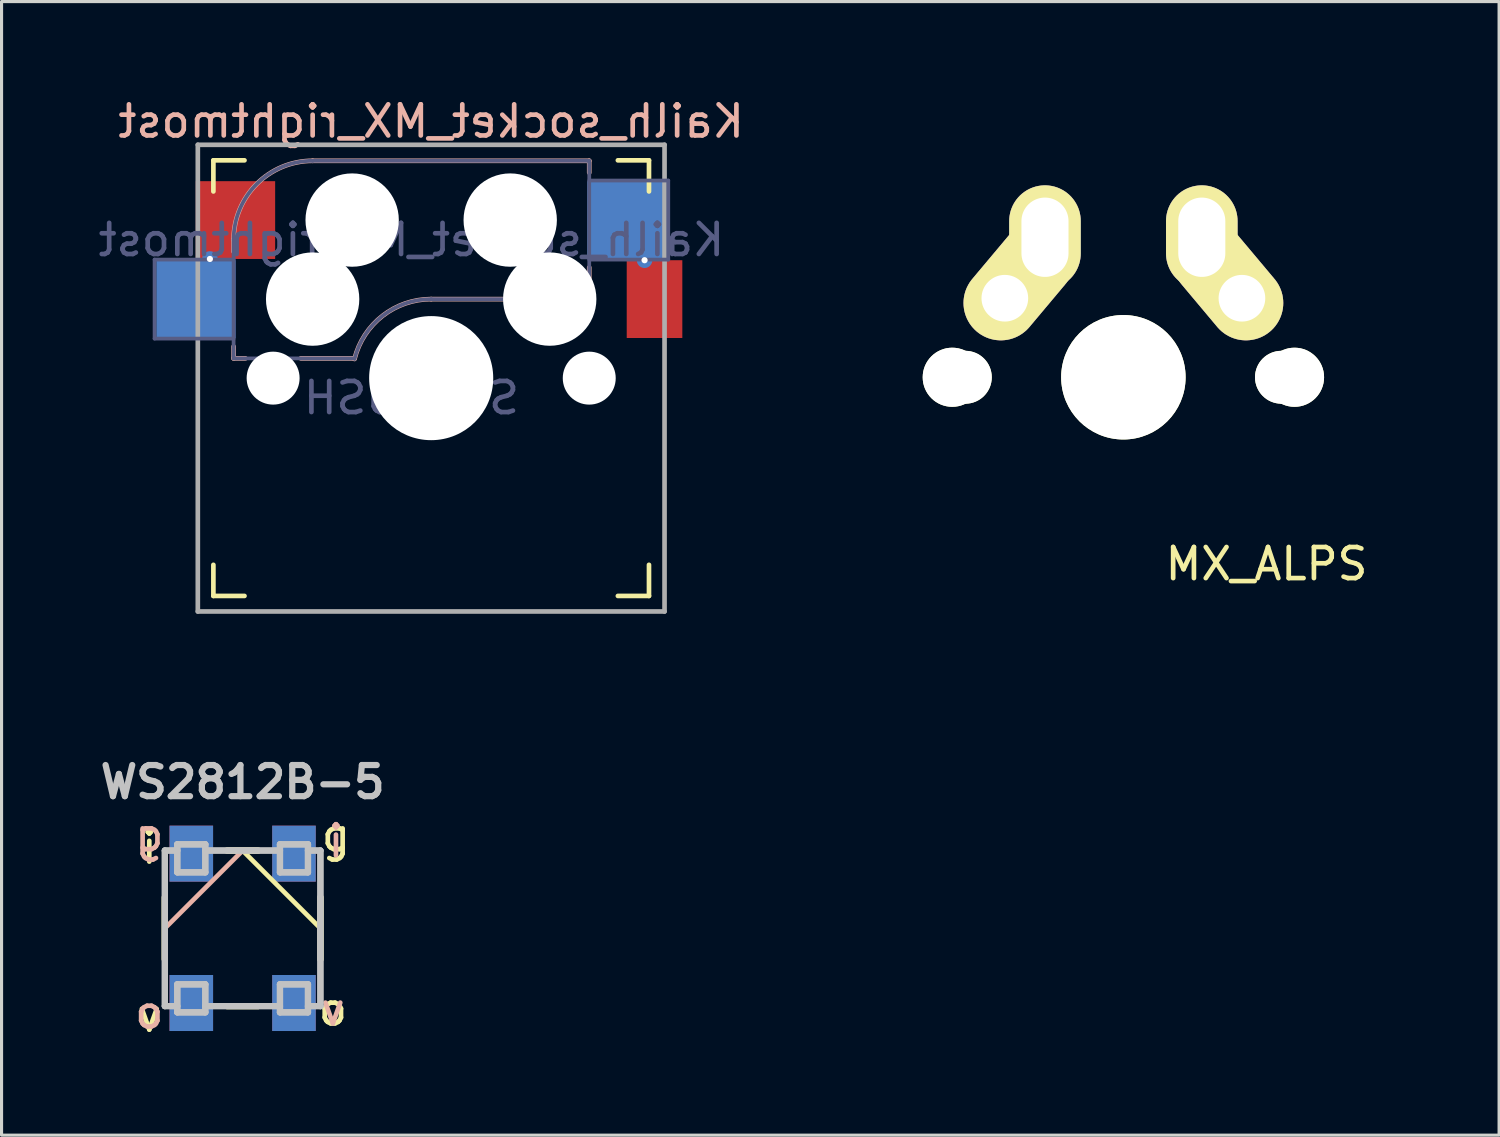
<source format=kicad_pcb>
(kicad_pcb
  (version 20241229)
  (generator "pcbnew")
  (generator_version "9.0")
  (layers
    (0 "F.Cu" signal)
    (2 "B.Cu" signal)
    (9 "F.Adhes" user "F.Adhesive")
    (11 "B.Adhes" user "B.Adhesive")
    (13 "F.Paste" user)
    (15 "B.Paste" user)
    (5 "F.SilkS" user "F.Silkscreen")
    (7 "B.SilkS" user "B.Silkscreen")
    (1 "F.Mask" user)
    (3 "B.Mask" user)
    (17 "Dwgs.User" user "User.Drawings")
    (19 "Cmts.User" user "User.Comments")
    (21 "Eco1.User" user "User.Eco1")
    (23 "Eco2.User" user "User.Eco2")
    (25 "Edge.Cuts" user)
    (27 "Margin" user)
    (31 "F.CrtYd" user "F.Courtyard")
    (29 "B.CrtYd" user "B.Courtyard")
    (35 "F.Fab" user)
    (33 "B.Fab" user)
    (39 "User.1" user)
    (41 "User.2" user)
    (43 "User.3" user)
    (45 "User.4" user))
  (footprint "WS2812B-5"
    (layer "F.Cu")
    (at 4.748 26.786)
    (property "Reference" "WS2812B-5" (at 0 -4.7 180) (layer "Dwgs.User") (effects (font (size 1 1) (thickness 0.2))))
    (attr through_hole)
    (fp_line (start -2.5 -1) (end -2.5 1) (stroke (width 0.2) (type solid)) (layer "F.SilkS"))
    (fp_line (start -2.5 -1) (end -2.5 1) (stroke (width 0.2) (type solid)) (layer "F.SilkS"))
    (fp_line (start -0.5 -2.5) (end 0.5 -2.5) (stroke (width 0.2) (type solid)) (layer "F.SilkS"))
    (fp_line (start -0.5 2.5) (end 0.5 2.5) (stroke (width 0.2) (type solid)) (layer "F.SilkS"))
    (fp_line (start 0 -2.5) (end 2.5 0) (stroke (width 0.15) (type solid)) (layer "F.SilkS"))
    (fp_line (start 0.5 -2.5) (end -0.5 -2.5) (stroke (width 0.2) (type solid)) (layer "F.SilkS"))
    (fp_line (start 0.5 2.5) (end -0.5 2.5) (stroke (width 0.2) (type solid)) (layer "F.SilkS"))
    (fp_line (start 2.5 -1) (end 2.5 1) (stroke (width 0.2) (type solid)) (layer "F.SilkS"))
    (fp_line (start 2.5 -1) (end 2.5 1) (stroke (width 0.2) (type solid)) (layer "F.SilkS"))
    (fp_line (start -2.5 -1) (end -2.5 1) (stroke (width 0.15) (type solid)) (layer "B.SilkS"))
    (fp_line (start -0.5 -2.5) (end 0.5 -2.5) (stroke (width 0.15) (type solid)) (layer "B.SilkS"))
    (fp_line (start -0.5 2.5) (end 0.5 2.5) (stroke (width 0.15) (type solid)) (layer "B.SilkS"))
    (fp_line (start 0 -2.5) (end -2.5 0) (stroke (width 0.15) (type solid)) (layer "B.SilkS"))
    (fp_line (start 2.5 -1) (end 2.5 1) (stroke (width 0.15) (type solid)) (layer "B.SilkS"))
    (fp_line (start -2.5 -2.5) (end -2.5 2.5) (stroke (width 0.2) (type solid)) (layer "Dwgs.User"))
    (fp_line (start -2.5 -2.5) (end -2.1 -2.5) (stroke (width 0.2) (type solid)) (layer "Dwgs.User"))
    (fp_line (start -2.5 2.5) (end -2.1 2.5) (stroke (width 0.2) (type solid)) (layer "Dwgs.User"))
    (fp_line (start -2.499 2.499) (end -2.499 -2.499) (stroke (width 0.2) (type solid)) (layer "Dwgs.User"))
    (fp_line (start -2.1 -2.7) (end -1.2 -2.7) (stroke (width 0.2) (type solid)) (layer "Dwgs.User"))
    (fp_line (start -2.1 -2.7) (end -1.2 -2.7) (stroke (width 0.2) (type solid)) (layer "Dwgs.User"))
    (fp_line (start -2.1 -2.5) (end -2.5 -2.5) (stroke (width 0.2) (type solid)) (layer "Dwgs.User"))
    (fp_line (start -2.1 -1.8) (end -2.1 -2.7) (stroke (width 0.2) (type solid)) (layer "Dwgs.User"))
    (fp_line (start -2.1 -1.8) (end -2.1 -2.7) (stroke (width 0.2) (type solid)) (layer "Dwgs.User"))
    (fp_line (start -2.1 1.8) (end -2.1 2.7) (stroke (width 0.2) (type solid)) (layer "Dwgs.User"))
    (fp_line (start -2.1 1.8) (end -1.2 1.8) (stroke (width 0.2) (type solid)) (layer "Dwgs.User"))
    (fp_line (start -2.1 2.5) (end -2.5 2.5) (stroke (width 0.2) (type solid)) (layer "Dwgs.User"))
    (fp_line (start -2.1 2.7) (end -2.1 1.8) (stroke (width 0.2) (type solid)) (layer "Dwgs.User"))
    (fp_line (start -2.1 2.7) (end -1.2 2.7) (stroke (width 0.2) (type solid)) (layer "Dwgs.User"))
    (fp_line (start -1.2 -2.7) (end -1.2 -1.8) (stroke (width 0.2) (type solid)) (layer "Dwgs.User"))
    (fp_line (start -1.2 -2.7) (end -1.2 -1.8) (stroke (width 0.2) (type solid)) (layer "Dwgs.User"))
    (fp_line (start -1.2 -2.5) (end 1.2 -2.5) (stroke (width 0.2) (type solid)) (layer "Dwgs.User"))
    (fp_line (start -1.2 -1.8) (end -2.1 -1.8) (stroke (width 0.2) (type solid)) (layer "Dwgs.User"))
    (fp_line (start -1.2 -1.8) (end -2.1 -1.8) (stroke (width 0.2) (type solid)) (layer "Dwgs.User"))
    (fp_line (start -1.2 1.8) (end -2.1 1.8) (stroke (width 0.2) (type solid)) (layer "Dwgs.User"))
    (fp_line (start -1.2 1.8) (end -1.2 2.7) (stroke (width 0.2) (type solid)) (layer "Dwgs.User"))
    (fp_line (start -1.2 2.5) (end 1.2 2.5) (stroke (width 0.2) (type solid)) (layer "Dwgs.User"))
    (fp_line (start -1.2 2.7) (end -2.1 2.7) (stroke (width 0.2) (type solid)) (layer "Dwgs.User"))
    (fp_line (start -1.2 2.7) (end -1.2 1.8) (stroke (width 0.2) (type solid)) (layer "Dwgs.User"))
    (fp_line (start 1.2 -2.7) (end 1.2 -1.8) (stroke (width 0.2) (type solid)) (layer "Dwgs.User"))
    (fp_line (start 1.2 -2.7) (end 1.2 -1.8) (stroke (width 0.2) (type solid)) (layer "Dwgs.User"))
    (fp_line (start 1.2 -2.5) (end -1.2 -2.5) (stroke (width 0.2) (type solid)) (layer "Dwgs.User"))
    (fp_line (start 1.2 -1.8) (end 2.1 -1.8) (stroke (width 0.2) (type solid)) (layer "Dwgs.User"))
    (fp_line (start 1.2 -1.8) (end 2.1 -1.8) (stroke (width 0.2) (type solid)) (layer "Dwgs.User"))
    (fp_line (start 1.2 1.8) (end 1.2 2.7) (stroke (width 0.2) (type solid)) (layer "Dwgs.User"))
    (fp_line (start 1.2 1.8) (end 2.1 1.8) (stroke (width 0.2) (type solid)) (layer "Dwgs.User"))
    (fp_line (start 1.2 2.5) (end -1.2 2.5) (stroke (width 0.2) (type solid)) (layer "Dwgs.User"))
    (fp_line (start 1.2 2.7) (end 1.2 1.8) (stroke (width 0.2) (type solid)) (layer "Dwgs.User"))
    (fp_line (start 1.2 2.7) (end 2.1 2.7) (stroke (width 0.2) (type solid)) (layer "Dwgs.User"))
    (fp_line (start 2.1 -2.7) (end 1.2 -2.7) (stroke (width 0.2) (type solid)) (layer "Dwgs.User"))
    (fp_line (start 2.1 -2.7) (end 1.2 -2.7) (stroke (width 0.2) (type solid)) (layer "Dwgs.User"))
    (fp_line (start 2.1 -2.5) (end 2.5 -2.5) (stroke (width 0.2) (type solid)) (layer "Dwgs.User"))
    (fp_line (start 2.1 -1.8) (end 2.1 -2.7) (stroke (width 0.2) (type solid)) (layer "Dwgs.User"))
    (fp_line (start 2.1 -1.8) (end 2.1 -2.7) (stroke (width 0.2) (type solid)) (layer "Dwgs.User"))
    (fp_line (start 2.1 1.8) (end 1.2 1.8) (stroke (width 0.2) (type solid)) (layer "Dwgs.User"))
    (fp_line (start 2.1 1.8) (end 2.1 2.7) (stroke (width 0.2) (type solid)) (layer "Dwgs.User"))
    (fp_line (start 2.1 2.5) (end 2.5 2.5) (stroke (width 0.2) (type solid)) (layer "Dwgs.User"))
    (fp_line (start 2.1 2.7) (end 1.2 2.7) (stroke (width 0.2) (type solid)) (layer "Dwgs.User"))
    (fp_line (start 2.1 2.7) (end 2.1 1.8) (stroke (width 0.2) (type solid)) (layer "Dwgs.User"))
    (fp_line (start 2.499 2.499) (end 2.499 -2.499) (stroke (width 0.2) (type solid)) (layer "Dwgs.User"))
    (fp_line (start 2.5 -2.5) (end 2.1 -2.5) (stroke (width 0.2) (type solid)) (layer "Dwgs.User"))
    (fp_line (start 2.5 -2.5) (end 2.5 2.5) (stroke (width 0.2) (type solid)) (layer "Dwgs.User"))
    (fp_line (start 2.5 2.5) (end 2.1 2.5) (stroke (width 0.2) (type solid)) (layer "Dwgs.User"))
    (fp_text user "v" (at -3 2.8 180) (layer "F.SilkS") (effects (font (size 1 1) (thickness 0.15))))
    (fp_text user "i" (at -3 -2.6 180) (layer "F.SilkS") (effects (font (size 1 1) (thickness 0.15))))
    (fp_text user "g" (at 3 -3 180) (layer "F.SilkS") (effects (font (size 1 1) (thickness 0.15))))
    (fp_text user "o" (at 2.9 2.6 180) (layer "F.SilkS") (effects (font (size 1 1) (thickness 0.15))))
    (fp_text user "o" (at -3 2.7 180) (layer "B.SilkS") (effects (font (size 1 1) (thickness 0.15)) (justify mirror)))
    (fp_text user "g" (at -3 -3 180) (layer "B.SilkS") (effects (font (size 1 1) (thickness 0.15)) (justify mirror)))
    (fp_text user "v" (at 2.9 2.6 180) (layer "B.SilkS") (effects (font (size 1 1) (thickness 0.15)) (justify mirror)))
    (fp_text user "i" (at 3 -2.8 180) (layer "B.SilkS") (effects (font (size 1 1) (thickness 0.15)) (justify mirror)))
    (pad "1" smd rect (at -1.65 -2.4) (size 1.4 1.8) (layers "B.Cu" "B.Mask" "B.Paste"))
    (pad "1" smd rect (at 1.65 -2.4) (size 1.4 1.8) (layers "F.Cu" "F.Mask" "F.Paste"))
    (pad "2" smd rect (at -1.65 -2.4) (size 1.4 1.8) (layers "F.Cu" "F.Mask" "F.Paste"))
    (pad "2" smd rect (at 1.65 -2.4) (size 1.4 1.8) (layers "B.Cu" "B.Mask" "B.Paste"))
    (pad "3" smd rect (at -1.65 2.4) (size 1.4 1.8) (layers "F.Cu" "F.Mask" "F.Paste"))
    (pad "3" smd rect (at 1.65 2.4) (size 1.4 1.8) (layers "B.Cu" "B.Mask" "B.Paste"))
    (pad "4" smd rect (at -1.65 2.4) (size 1.4 1.8) (layers "B.Cu" "B.Mask" "B.Paste"))
    (pad "4" smd rect (at 1.65 2.4) (size 1.4 1.8) (layers "F.Cu" "F.Mask" "F.Paste")))
  (footprint "Kailh_socket_MX_rightmost"
    (layer "F.Cu")
    (at 10.808 9.103)
    (property "Reference" "Kailh_socket_MX_rightmost" (at 0 -8.255 0) (layer "B.SilkS") (effects (font (size 1 1) (thickness 0.15)) (justify mirror)))
    (property "Value" "SW_PUSH" (at 0 8.255 0) (layer "F.Fab") (hide yes) (effects (font (size 1 1) (thickness 0.15))))
    (attr smd)
    (fp_line (start -7 -6) (end -7 -7) (stroke (width 0.15) (type solid)) (layer "F.SilkS"))
    (fp_line (start -7 7) (end -7 6) (stroke (width 0.15) (type solid)) (layer "F.SilkS"))
    (fp_line (start -7 7) (end -6 7) (stroke (width 0.15) (type solid)) (layer "F.SilkS"))
    (fp_line (start -6 -7) (end -7 -7) (stroke (width 0.15) (type solid)) (layer "F.SilkS"))
    (fp_line (start 6 7) (end 7 7) (stroke (width 0.15) (type solid)) (layer "F.SilkS"))
    (fp_line (start 7 -7) (end 6 -7) (stroke (width 0.15) (type solid)) (layer "F.SilkS"))
    (fp_line (start 7 -7) (end 7 -6) (stroke (width 0.15) (type solid)) (layer "F.SilkS"))
    (fp_line (start 7 6) (end 7 7) (stroke (width 0.15) (type solid)) (layer "F.SilkS"))
    (fp_line (start -6.35 -4.445) (end -6.35 -4.064) (stroke (width 0.15) (type solid)) (layer "B.SilkS"))
    (fp_line (start -6.35 -1.016) (end -6.35 -0.635) (stroke (width 0.15) (type solid)) (layer "B.SilkS"))
    (fp_line (start -5.969 -0.635) (end -6.35 -0.635) (stroke (width 0.15) (type solid)) (layer "B.SilkS"))
    (fp_line (start -3.81 -6.985) (end 5.08 -6.985) (stroke (width 0.15) (type solid)) (layer "B.SilkS"))
    (fp_line (start -2.464 -0.635) (end -4.191 -0.635) (stroke (width 0.15) (type solid)) (layer "B.SilkS"))
    (fp_line (start 5.08 -6.985) (end 5.08 -6.604) (stroke (width 0.15) (type solid)) (layer "B.SilkS"))
    (fp_line (start 5.08 -3.556) (end 5.08 -2.54) (stroke (width 0.15) (type solid)) (layer "B.SilkS"))
    (fp_line (start 5.08 -2.54) (end 0 -2.54) (stroke (width 0.15) (type solid)) (layer "B.SilkS"))
    (fp_arc (start -6.35 -4.445) (mid -5.606051 -6.241051) (end -3.81 -6.985) (stroke (width 0.15) (type solid)) (layer "B.SilkS"))
    (fp_arc (start -2.464162 -0.61604) (mid -1.563147 -2.002042) (end 0 -2.54) (stroke (width 0.15) (type solid)) (layer "B.SilkS"))
    (fp_line (start -6.9 6.9) (end -6.9 -6.9) (stroke (width 0.15) (type solid)) (layer "Eco2.User"))
    (fp_line (start -6.9 6.9) (end 6.9 6.9) (stroke (width 0.15) (type solid)) (layer "Eco2.User"))
    (fp_line (start 6.9 -6.9) (end -6.9 -6.9) (stroke (width 0.15) (type solid)) (layer "Eco2.User"))
    (fp_line (start 6.9 -6.9) (end 6.9 6.9) (stroke (width 0.15) (type solid)) (layer "Eco2.User"))
    (fp_line (start -8.89 -3.81) (end -6.35 -3.81) (stroke (width 0.12) (type solid)) (layer "B.Fab"))
    (fp_line (start -8.89 -1.27) (end -8.89 -3.81) (stroke (width 0.12) (type solid)) (layer "B.Fab"))
    (fp_line (start -6.35 -1.27) (end -8.89 -1.27) (stroke (width 0.12) (type solid)) (layer "B.Fab"))
    (fp_line (start -6.35 -0.635) (end -6.35 -4.445) (stroke (width 0.12) (type solid)) (layer "B.Fab"))
    (fp_line (start -6.35 -0.635) (end -2.54 -0.635) (stroke (width 0.12) (type solid)) (layer "B.Fab"))
    (fp_line (start -3.81 -6.985) (end 5.08 -6.985) (stroke (width 0.12) (type solid)) (layer "B.Fab"))
    (fp_line (start 5.08 -6.985) (end 5.08 -2.54) (stroke (width 0.12) (type solid)) (layer "B.Fab"))
    (fp_line (start 5.08 -6.35) (end 7.62 -6.35) (stroke (width 0.12) (type solid)) (layer "B.Fab"))
    (fp_line (start 5.08 -2.54) (end 0 -2.54) (stroke (width 0.12) (type solid)) (layer "B.Fab"))
    (fp_line (start 7.62 -6.35) (end 7.62 -3.81) (stroke (width 0.12) (type solid)) (layer "B.Fab"))
    (fp_line (start 7.62 -3.81) (end 5.08 -3.81) (stroke (width 0.12) (type solid)) (layer "B.Fab"))
    (fp_arc (start -6.35 -4.445) (mid -5.606051 -6.241051) (end -3.81 -6.985) (stroke (width 0.12) (type solid)) (layer "B.Fab"))
    (fp_arc (start -2.464162 -0.61604) (mid -1.563147 -2.002042) (end 0 -2.54) (stroke (width 0.12) (type solid)) (layer "B.Fab"))
    (fp_line (start -7.5 -7.5) (end 7.5 -7.5) (stroke (width 0.15) (type solid)) (layer "F.Fab"))
    (fp_line (start -7.5 7.5) (end -7.5 -7.5) (stroke (width 0.15) (type solid)) (layer "F.Fab"))
    (fp_line (start 7.5 -7.5) (end 7.5 7.5) (stroke (width 0.15) (type solid)) (layer "F.Fab"))
    (fp_line (start 7.5 7.5) (end -7.5 7.5) (stroke (width 0.15) (type solid)) (layer "F.Fab"))
    (fp_text user "${VALUE}" (at -0.635 0.635 0) (layer "B.Fab") (effects (font (size 1 1) (thickness 0.15)) (justify mirror)))
    (fp_text user "${REFERENCE}" (at -0.635 -4.445 0) (layer "B.Fab") (effects (font (size 1 1) (thickness 0.15)) (justify mirror)))
    (pad "" np_thru_hole circle (at -5.08 0) (size 1.702 1.702) (drill 1.702) (layers "*.Cu" "*.Mask"))
    (pad "" np_thru_hole circle (at -3.81 -2.54) (size 3 3) (drill 3) (layers "*.Cu" "*.Mask"))
    (pad "" np_thru_hole circle (at -2.54 -5.08) (size 3 3) (drill 3) (layers "*.Cu" "*.Mask"))
    (pad "" np_thru_hole circle (at 0 0) (size 3.988 3.988) (drill 3.988) (layers "*.Cu" "*.Mask"))
    (pad "" np_thru_hole circle (at 2.54 -5.08) (size 3 3) (drill 3) (layers "*.Cu" "*.Mask"))
    (pad "" np_thru_hole circle (at 3.81 -2.54) (size 3 3) (drill 3) (layers "*.Cu" "*.Mask"))
    (pad "" np_thru_hole circle (at 5.08 0) (size 1.702 1.702) (drill 1.702) (layers "*.Cu" "*.Mask"))
    (pad "1" smd rect (at 6.29 -5.08) (size 2.55 2.5) (layers "B.Cu" "B.Mask" "B.Paste"))
    (pad "1" thru_hole circle (at 6.858 -3.79) (size 0.5 0.5) (drill 0.2) (layers "*.Cu" "*.Mask"))
    (pad "1" smd rect (at 7.178 -2.54) (size 1.787 2.5) (layers "F.Cu" "F.Mask" "F.Paste"))
    (pad "2" smd rect (at -7.56 -2.54) (size 2.55 2.5) (layers "B.Cu" "B.Mask" "B.Paste"))
    (pad "2" thru_hole circle (at -7.112 -3.83) (size 0.5 0.5) (drill 0.2) (layers "*.Cu" "*.Mask"))
    (pad "2" smd rect (at -6.29 -5.08) (size 2.55 2.5) (layers "F.Cu" "F.Mask" "F.Paste")))
  (footprint "MX_ALPS"
    (layer "F.Cu")
    (at 33.055 9.075)
    (property "Reference" "MX_ALPS" (at 4.6 6 0) (layer "F.SilkS") (effects (font (size 1 1) (thickness 0.15))))
    (attr through_hole)
    (fp_line (start -9 -9) (end 9 -9) (stroke (width 0.15) (type solid)) (layer "Eco2.User"))
    (fp_line (start -9 9) (end -9 -9) (stroke (width 0.15) (type solid)) (layer "Eco2.User"))
    (fp_line (start -7 -7) (end 7 -7) (stroke (width 0.15) (type solid)) (layer "Eco2.User"))
    (fp_line (start -7 7) (end -7 -7) (stroke (width 0.15) (type solid)) (layer "Eco2.User"))
    (fp_line (start 7 -7) (end 7 7) (stroke (width 0.15) (type solid)) (layer "Eco2.User"))
    (fp_line (start 7 7) (end -7 7) (stroke (width 0.15) (type solid)) (layer "Eco2.User"))
    (fp_line (start 9 -9) (end 9 9) (stroke (width 0.15) (type solid)) (layer "Eco2.User"))
    (fp_line (start 9 9) (end -9 9) (stroke (width 0.15) (type solid)) (layer "Eco2.User"))
    (pad "" np_thru_hole circle (at -5.5 0 90) (size 1.9 1.9) (drill 1.9) (layers "*.Cu" "*.Mask" "F.SilkS"))
    (pad "" np_thru_hole circle (at -5.08 0) (size 1.7 1.7) (drill 1.7) (layers "*.Cu" "*.Mask" "F.SilkS"))
    (pad "" np_thru_hole circle (at 0 0 90) (size 4 4) (drill 4) (layers "*.Cu" "*.Mask" "F.SilkS"))
    (pad "" np_thru_hole circle (at 5.08 0) (size 1.7 1.7) (drill 1.7) (layers "*.Cu" "*.Mask" "F.SilkS"))
    (pad "" np_thru_hole circle (at 5.5 0 90) (size 1.9 1.9) (drill 1.9) (layers "*.Cu" "*.Mask" "F.SilkS"))
    (pad "1" thru_hole oval (at -3.81 -2.54 50) (size 4.2 2.4) (drill 1.5 (offset 0.7 0)) (layers "*.Cu" "*.Mask" "F.SilkS"))
    (pad "1" thru_hole oval (at -2.52 -4.5) (size 2.3 3.337) (drill oval 1.513 2.55) (layers "*.Cu" "*.Mask" "F.SilkS"))
    (pad "2" thru_hole oval (at 2.52 -4.5) (size 2.3 3.337) (drill oval 1.513 2.55) (layers "*.Cu" "*.Mask" "F.SilkS"))
    (pad "2" thru_hole oval (at 3.81 -2.54 310) (size 4.2 2.4) (drill 1.5 (offset -0.7 0)) (layers "*.Cu" "*.Mask" "F.SilkS")))
  (gr_rect
    (start -3 -3)
    (end 45.13 33.434)
    (stroke (width 0.1) (type default))
    (fill no)
    (layer "Edge.Cuts")))
</source>
